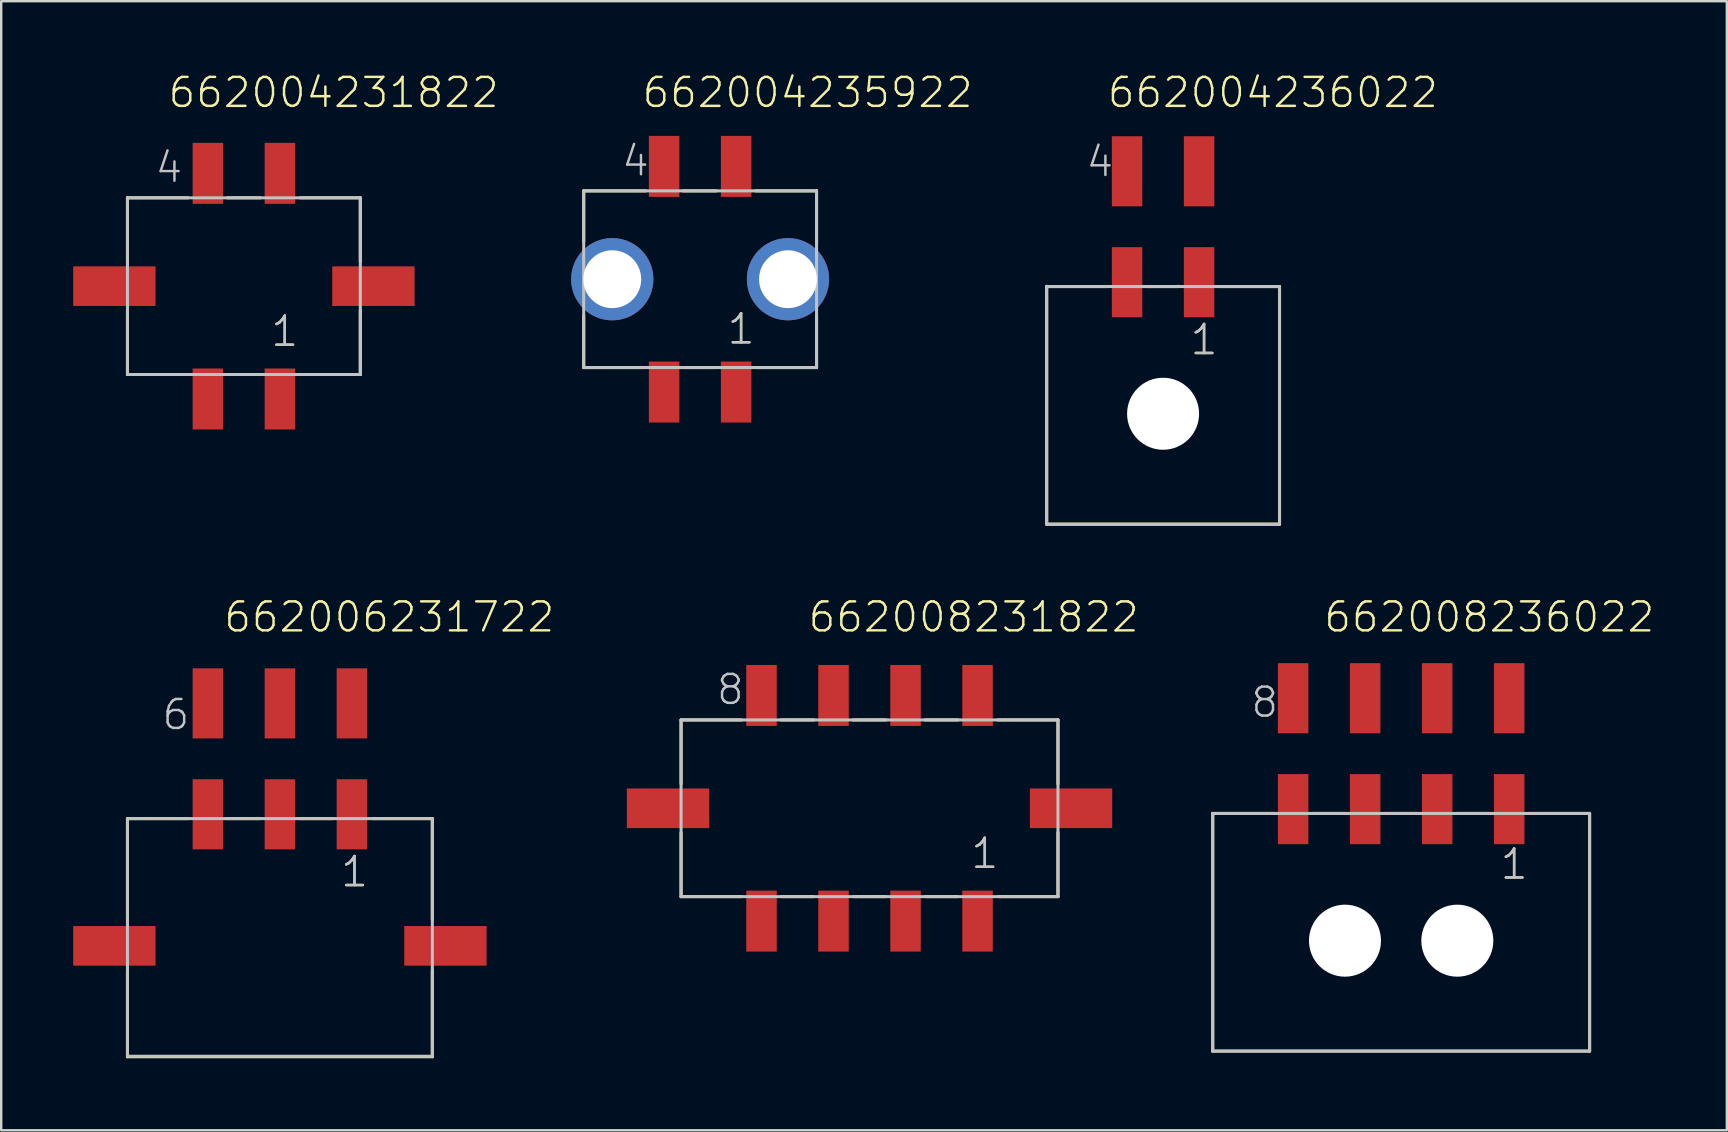
<source format=kicad_pcb>
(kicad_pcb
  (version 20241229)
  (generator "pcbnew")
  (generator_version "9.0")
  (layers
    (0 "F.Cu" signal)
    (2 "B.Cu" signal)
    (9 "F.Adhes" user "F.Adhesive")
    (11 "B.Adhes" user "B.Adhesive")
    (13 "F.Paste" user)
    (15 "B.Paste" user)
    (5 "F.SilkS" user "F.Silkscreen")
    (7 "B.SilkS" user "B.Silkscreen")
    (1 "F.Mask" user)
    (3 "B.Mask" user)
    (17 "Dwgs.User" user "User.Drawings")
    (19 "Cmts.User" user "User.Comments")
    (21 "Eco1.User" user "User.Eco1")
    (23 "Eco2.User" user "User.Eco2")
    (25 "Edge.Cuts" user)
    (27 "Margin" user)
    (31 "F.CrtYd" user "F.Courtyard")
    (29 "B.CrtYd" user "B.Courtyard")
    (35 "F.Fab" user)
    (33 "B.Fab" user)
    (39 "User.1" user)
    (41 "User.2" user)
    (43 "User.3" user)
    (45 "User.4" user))
  (footprint "662004235922"
    (layer "F.Cu")
    (at 26.115 8.581)
    (property "Reference" "662004235922" (at -2.48 -7.07 0) (layer "F.SilkS") (effects (font (size 1.206 1.206) (thickness 0.102)) (justify left bottom)))
    (attr through_hole)
    (fp_line (start -4.85 -3.68) (end -4.85 -1.58) (stroke (width 0.127) (type solid)) (layer "F.SilkS"))
    (fp_line (start -4.85 1.52) (end -4.85 3.68) (stroke (width 0.127) (type solid)) (layer "F.SilkS"))
    (fp_line (start -4.85 3.68) (end -2.35 3.68) (stroke (width 0.127) (type solid)) (layer "F.SilkS"))
    (fp_line (start -2.26 -3.68) (end -4.85 -3.68) (stroke (width 0.127) (type solid)) (layer "F.SilkS"))
    (fp_line (start -0.72 -3.68) (end 0.67 -3.68) (stroke (width 0.127) (type solid)) (layer "F.SilkS"))
    (fp_line (start -0.68 3.68) (end 0.62 3.68) (stroke (width 0.127) (type solid)) (layer "F.SilkS"))
    (fp_line (start 2.3 3.68) (end 4.85 3.68) (stroke (width 0.127) (type solid)) (layer "F.SilkS"))
    (fp_line (start 2.31 -3.68) (end 4.85 -3.68) (stroke (width 0.127) (type solid)) (layer "F.SilkS"))
    (fp_line (start 4.85 -3.68) (end 4.85 -1.52) (stroke (width 0.127) (type solid)) (layer "F.SilkS"))
    (fp_line (start 4.85 3.68) (end 4.85 1.56) (stroke (width 0.127) (type solid)) (layer "F.SilkS"))
    (fp_line (start -4.85 -3.68) (end 4.85 -3.68) (stroke (width 0.127) (type solid)) (layer "Dwgs.User"))
    (fp_line (start -4.85 3.68) (end -4.85 -3.68) (stroke (width 0.127) (type solid)) (layer "Dwgs.User"))
    (fp_line (start 4.85 -3.68) (end 4.85 3.68) (stroke (width 0.127) (type solid)) (layer "Dwgs.User"))
    (fp_line (start 4.85 3.68) (end -4.85 3.68) (stroke (width 0.127) (type solid)) (layer "Dwgs.User"))
    (fp_text user "1" (at 1.065 2.78 0) (layer "F.SilkS") (effects (font (size 1.206 1.206) (thickness 0.102)) (justify left bottom)))
    (fp_text user "1" (at 1.065 2.78 0) (layer "Dwgs.User") (effects (font (size 1.206 1.206) (thickness 0.102)) (justify left bottom)))
    (fp_text user "4" (at -3.335 -4.22 0) (layer "Dwgs.User") (effects (font (size 1.206 1.206) (thickness 0.102)) (justify left bottom)))
    (pad "1" smd rect (at 1.5 4.7 90) (size 2.54 1.27) (layers "F.Cu" "F.Mask" "F.Paste"))
    (pad "2" smd rect (at -1.5 4.7 90) (size 2.54 1.27) (layers "F.Cu" "F.Mask" "F.Paste"))
    (pad "3" smd rect (at 1.5 -4.7 90) (size 2.54 1.27) (layers "F.Cu" "F.Mask" "F.Paste"))
    (pad "4" smd rect (at -1.5 -4.7 90) (size 2.54 1.27) (layers "F.Cu" "F.Mask" "F.Paste"))
    (pad "Z1" thru_hole circle (at -3.66 0) (size 3.426 3.426) (drill 2.41) (layers "*.Cu" "*.Mask"))
    (pad "Z2" thru_hole circle (at 3.66 0) (size 3.426 3.426) (drill 2.41) (layers "*.Cu" "*.Mask")))
  (footprint "662008236022"
    (layer "F.Cu")
    (at 55.318 36.136)
    (property "Reference" "662008236022" (at -3.285 -12.775 0) (layer "F.SilkS") (effects (font (size 1.206 1.206) (thickness 0.102)) (justify left bottom)))
    (attr through_hole)
    (fp_line (start -7.85 -5.3) (end -7.85 4.6) (stroke (width 0.127) (type solid)) (layer "F.SilkS"))
    (fp_line (start -7.85 4.6) (end 7.85 4.6) (stroke (width 0.127) (type solid)) (layer "F.SilkS"))
    (fp_line (start -5.3 -5.3) (end -7.85 -5.3) (stroke (width 0.127) (type solid)) (layer "F.SilkS"))
    (fp_line (start -3.72 -5.3) (end -2.35 -5.3) (stroke (width 0.127) (type solid)) (layer "F.SilkS"))
    (fp_line (start -0.67 -5.3) (end 0.64 -5.3) (stroke (width 0.127) (type solid)) (layer "F.SilkS"))
    (fp_line (start 2.32 -5.3) (end 3.63 -5.3) (stroke (width 0.127) (type solid)) (layer "F.SilkS"))
    (fp_line (start 5.33 -5.3) (end 7.84 -5.3) (stroke (width 0.127) (type solid)) (layer "F.SilkS"))
    (fp_line (start 7.85 4.6) (end 7.85 -5.3) (stroke (width 0.127) (type solid)) (layer "F.SilkS"))
    (fp_line (start -7.85 -5.3) (end 7.85 -5.3) (stroke (width 0.127) (type solid)) (layer "Dwgs.User"))
    (fp_line (start -7.85 4.6) (end -7.85 -5.3) (stroke (width 0.127) (type solid)) (layer "Dwgs.User"))
    (fp_line (start 7.85 -5.3) (end 7.85 4.6) (stroke (width 0.127) (type solid)) (layer "Dwgs.User"))
    (fp_line (start 7.85 4.6) (end -7.85 4.6) (stroke (width 0.127) (type solid)) (layer "Dwgs.User"))
    (fp_text user "1" (at 4.065 -2.48 0) (layer "F.SilkS") (effects (font (size 1.206 1.206) (thickness 0.102)) (justify left bottom)))
    (fp_text user "8" (at -6.325 -9.225 0) (layer "Dwgs.User") (effects (font (size 1.206 1.206) (thickness 0.102)) (justify left bottom)))
    (fp_text user "1" (at 4.065 -2.48 0) (layer "Dwgs.User") (effects (font (size 1.206 1.206) (thickness 0.102)) (justify left bottom)))
    (pad "" np_thru_hole circle (at -2.34 0) (size 3 3) (drill 3) (layers "*.Cu"))
    (pad "" np_thru_hole circle (at 2.34 0) (size 3 3) (drill 3) (layers "*.Cu"))
    (pad "1" smd rect (at 4.5 -5.48 90) (size 2.92 1.27) (layers "F.Cu" "F.Mask" "F.Paste"))
    (pad "2" smd rect (at 1.5 -5.48 90) (size 2.92 1.27) (layers "F.Cu" "F.Mask" "F.Paste"))
    (pad "3" smd rect (at -1.5 -5.48 90) (size 2.92 1.27) (layers "F.Cu" "F.Mask" "F.Paste"))
    (pad "4" smd rect (at -4.5 -5.48 90) (size 2.92 1.27) (layers "F.Cu" "F.Mask" "F.Paste"))
    (pad "5" smd rect (at 4.5 -10.1 90) (size 2.92 1.27) (layers "F.Cu" "F.Mask" "F.Paste"))
    (pad "6" smd rect (at 1.5 -10.1 90) (size 2.92 1.27) (layers "F.Cu" "F.Mask" "F.Paste"))
    (pad "7" smd rect (at -1.5 -10.1 90) (size 2.92 1.27) (layers "F.Cu" "F.Mask" "F.Paste"))
    (pad "8" smd rect (at -4.5 -10.1 90) (size 2.92 1.27) (layers "F.Cu" "F.Mask" "F.Paste")))
  (footprint "662006231722"
    (layer "F.Cu")
    (at 8.61 36.351)
    (property "Reference" "662006231722" (at -2.4 -12.99 0) (layer "F.SilkS") (effects (font (size 1.206 1.206) (thickness 0.102)) (justify left bottom)))
    (attr through_hole)
    (fp_line (start -6.35 -5.3) (end -6.35 -1.08) (stroke (width 0.127) (type solid)) (layer "F.SilkS"))
    (fp_line (start -6.35 1.06) (end -6.35 4.62) (stroke (width 0.127) (type solid)) (layer "F.SilkS"))
    (fp_line (start -6.35 4.62) (end 6.35 4.62) (stroke (width 0.127) (type solid)) (layer "F.SilkS"))
    (fp_line (start -3.82 -5.3) (end -6.35 -5.3) (stroke (width 0.127) (type solid)) (layer "F.SilkS"))
    (fp_line (start -2.23 -5.3) (end -0.83 -5.3) (stroke (width 0.127) (type solid)) (layer "F.SilkS"))
    (fp_line (start 0.8 -5.3) (end 2.19 -5.3) (stroke (width 0.127) (type solid)) (layer "F.SilkS"))
    (fp_line (start 3.85 -5.3) (end 6.35 -5.3) (stroke (width 0.127) (type solid)) (layer "F.SilkS"))
    (fp_line (start 6.35 -5.3) (end 6.35 -1.1) (stroke (width 0.127) (type solid)) (layer "F.SilkS"))
    (fp_line (start 6.35 4.62) (end 6.35 1.02) (stroke (width 0.127) (type solid)) (layer "F.SilkS"))
    (fp_line (start -6.35 -5.3) (end 6.35 -5.3) (stroke (width 0.127) (type solid)) (layer "Dwgs.User"))
    (fp_line (start -6.35 4.6) (end -6.35 -5.3) (stroke (width 0.127) (type solid)) (layer "Dwgs.User"))
    (fp_line (start 6.35 -5.3) (end 6.35 4.6) (stroke (width 0.127) (type solid)) (layer "Dwgs.User"))
    (fp_line (start 6.35 4.6) (end -6.35 4.6) (stroke (width 0.127) (type solid)) (layer "Dwgs.User"))
    (fp_text user "1" (at 2.465 -2.38 0) (layer "F.SilkS") (effects (font (size 1.206 1.206) (thickness 0.102)) (justify left bottom)))
    (fp_text user "1" (at 2.465 -2.38 0) (layer "Dwgs.User") (effects (font (size 1.206 1.206) (thickness 0.102)) (justify left bottom)))
    (fp_text user "6" (at -4.975 -8.925 0) (layer "Dwgs.User") (effects (font (size 1.206 1.206) (thickness 0.102)) (justify left bottom)))
    (pad "1" smd rect (at 3 -5.48 90) (size 2.92 1.27) (layers "F.Cu" "F.Mask" "F.Paste"))
    (pad "2" smd rect (at 0 -5.48 90) (size 2.92 1.27) (layers "F.Cu" "F.Mask" "F.Paste"))
    (pad "3" smd rect (at -3 -5.48 90) (size 2.92 1.27) (layers "F.Cu" "F.Mask" "F.Paste"))
    (pad "4" smd rect (at 3 -10.1 90) (size 2.92 1.27) (layers "F.Cu" "F.Mask" "F.Paste"))
    (pad "5" smd rect (at 0 -10.1 90) (size 2.92 1.27) (layers "F.Cu" "F.Mask" "F.Paste"))
    (pad "6" smd rect (at -3 -10.1 90) (size 2.92 1.27) (layers "F.Cu" "F.Mask" "F.Paste"))
    (pad "M1" smd rect (at 6.895 0) (size 3.43 1.65) (layers "F.Cu" "F.Mask" "F.Paste"))
    (pad "M2" smd rect (at -6.895 0) (size 3.43 1.65) (layers "F.Cu" "F.Mask" "F.Paste")))
  (footprint "662008231822"
    (layer "F.Cu")
    (at 33.172 30.621)
    (property "Reference" "662008231822" (at -2.62 -7.26 0) (layer "F.SilkS") (effects (font (size 1.206 1.206) (thickness 0.102)) (justify left bottom)))
    (attr through_hole)
    (fp_line (start -7.85 -3.68) (end -7.85 -1.02) (stroke (width 0.127) (type solid)) (layer "F.SilkS"))
    (fp_line (start -7.85 1.01) (end -7.85 3.68) (stroke (width 0.127) (type solid)) (layer "F.SilkS"))
    (fp_line (start -5.33 -3.68) (end -7.85 -3.68) (stroke (width 0.127) (type solid)) (layer "F.SilkS"))
    (fp_line (start -5.33 3.68) (end -7.85 3.68) (stroke (width 0.127) (type solid)) (layer "F.SilkS"))
    (fp_line (start -3.69 -3.68) (end -2.31 -3.68) (stroke (width 0.127) (type solid)) (layer "F.SilkS"))
    (fp_line (start -3.66 3.68) (end -2.33 3.68) (stroke (width 0.127) (type solid)) (layer "F.SilkS"))
    (fp_line (start -0.69 -3.68) (end 0.69 -3.68) (stroke (width 0.127) (type solid)) (layer "F.SilkS"))
    (fp_line (start -0.66 3.68) (end 0.67 3.68) (stroke (width 0.127) (type solid)) (layer "F.SilkS"))
    (fp_line (start 2.31 -3.68) (end 3.69 -3.68) (stroke (width 0.127) (type solid)) (layer "F.SilkS"))
    (fp_line (start 2.34 3.68) (end 3.67 3.68) (stroke (width 0.127) (type solid)) (layer "F.SilkS"))
    (fp_line (start 5.34 -3.68) (end 7.85 -3.68) (stroke (width 0.127) (type solid)) (layer "F.SilkS"))
    (fp_line (start 7.85 -3.68) (end 7.85 -1.02) (stroke (width 0.127) (type solid)) (layer "F.SilkS"))
    (fp_line (start 7.85 1.01) (end 7.85 3.68) (stroke (width 0.127) (type solid)) (layer "F.SilkS"))
    (fp_line (start 7.85 3.68) (end 5.38 3.68) (stroke (width 0.127) (type solid)) (layer "F.SilkS"))
    (fp_line (start -7.85 -3.68) (end 7.85 -3.68) (stroke (width 0.127) (type solid)) (layer "Dwgs.User"))
    (fp_line (start -7.85 3.68) (end -7.85 -3.68) (stroke (width 0.127) (type solid)) (layer "Dwgs.User"))
    (fp_line (start 7.85 -3.68) (end 7.85 3.68) (stroke (width 0.127) (type solid)) (layer "Dwgs.User"))
    (fp_line (start 7.85 3.68) (end -7.85 3.68) (stroke (width 0.127) (type solid)) (layer "Dwgs.User"))
    (fp_text user "1" (at 4.16 2.59 0) (layer "F.SilkS") (effects (font (size 1.206 1.206) (thickness 0.102)) (justify left bottom)))
    (fp_text user "8" (at -6.44 -4.24 0) (layer "Dwgs.User") (effects (font (size 1.206 1.206) (thickness 0.102)) (justify left bottom)))
    (fp_text user "1" (at 4.16 2.59 0) (layer "Dwgs.User") (effects (font (size 1.206 1.206) (thickness 0.102)) (justify left bottom)))
    (pad "1" smd rect (at 4.5 4.7 90) (size 2.54 1.27) (layers "F.Cu" "F.Mask" "F.Paste"))
    (pad "2" smd rect (at 1.5 4.7 90) (size 2.54 1.27) (layers "F.Cu" "F.Mask" "F.Paste"))
    (pad "3" smd rect (at -1.5 4.7 90) (size 2.54 1.27) (layers "F.Cu" "F.Mask" "F.Paste"))
    (pad "4" smd rect (at -4.5 4.7 90) (size 2.54 1.27) (layers "F.Cu" "F.Mask" "F.Paste"))
    (pad "5" smd rect (at 4.5 -4.7 90) (size 2.54 1.27) (layers "F.Cu" "F.Mask" "F.Paste"))
    (pad "6" smd rect (at 1.5 -4.7 90) (size 2.54 1.27) (layers "F.Cu" "F.Mask" "F.Paste"))
    (pad "7" smd rect (at -1.5 -4.7 90) (size 2.54 1.27) (layers "F.Cu" "F.Mask" "F.Paste"))
    (pad "8" smd rect (at -4.5 -4.7 90) (size 2.54 1.27) (layers "F.Cu" "F.Mask" "F.Paste"))
    (pad "M1" smd rect (at 8.395 0 180) (size 3.43 1.65) (layers "F.Cu" "F.Mask" "F.Paste"))
    (pad "M2" smd rect (at -8.395 0 180) (size 3.43 1.65) (layers "F.Cu" "F.Mask" "F.Paste")))
  (footprint "662004236022"
    (layer "F.Cu")
    (at 45.401 14.186)
    (property "Reference" "662004236022" (at -2.385 -12.675 0) (layer "F.SilkS") (effects (font (size 1.206 1.206) (thickness 0.102)) (justify left bottom)))
    (attr through_hole)
    (fp_line (start -4.85 -5.3) (end -4.85 4.6) (stroke (width 0.127) (type solid)) (layer "F.SilkS"))
    (fp_line (start -4.85 4.6) (end 4.85 4.6) (stroke (width 0.127) (type solid)) (layer "F.SilkS"))
    (fp_line (start -4.84 -5.3) (end -4.84 -5.31) (stroke (width 0.127) (type solid)) (layer "F.SilkS"))
    (fp_line (start -2.3 -5.3) (end -4.84 -5.3) (stroke (width 0.127) (type solid)) (layer "F.SilkS"))
    (fp_line (start -0.71 -5.3) (end 0.63 -5.3) (stroke (width 0.127) (type solid)) (layer "F.SilkS"))
    (fp_line (start 0.63 -5.3) (end 0.63 -5.31) (stroke (width 0.127) (type solid)) (layer "F.SilkS"))
    (fp_line (start 2.32 -5.3) (end 4.84 -5.3) (stroke (width 0.127) (type solid)) (layer "F.SilkS"))
    (fp_line (start 4.84 -5.3) (end 4.84 -5.29) (stroke (width 0.127) (type solid)) (layer "F.SilkS"))
    (fp_line (start 4.85 4.6) (end 4.85 -5.3) (stroke (width 0.127) (type solid)) (layer "F.SilkS"))
    (fp_line (start -4.85 -5.3) (end 4.85 -5.3) (stroke (width 0.127) (type solid)) (layer "Dwgs.User"))
    (fp_line (start -4.85 4.6) (end -4.85 -5.3) (stroke (width 0.127) (type solid)) (layer "Dwgs.User"))
    (fp_line (start 4.85 -5.3) (end 4.85 4.6) (stroke (width 0.127) (type solid)) (layer "Dwgs.User"))
    (fp_line (start 4.85 4.6) (end -4.85 4.6) (stroke (width 0.127) (type solid)) (layer "Dwgs.User"))
    (fp_text user "1" (at 1.065 -2.38 0) (layer "F.SilkS") (effects (font (size 1.206 1.206) (thickness 0.102)) (justify left bottom)))
    (fp_text user "1" (at 1.065 -2.38 0) (layer "Dwgs.User") (effects (font (size 1.206 1.206) (thickness 0.102)) (justify left bottom)))
    (fp_text user "4" (at -3.275 -9.795 0) (layer "Dwgs.User") (effects (font (size 1.206 1.206) (thickness 0.102)) (justify left bottom)))
    (pad "" np_thru_hole circle (at 0 0) (size 3 3) (drill 3) (layers "*.Cu"))
    (pad "1" smd rect (at 1.5 -5.48 90) (size 2.92 1.27) (layers "F.Cu" "F.Mask" "F.Paste"))
    (pad "2" smd rect (at -1.5 -5.48 90) (size 2.92 1.27) (layers "F.Cu" "F.Mask" "F.Paste"))
    (pad "3" smd rect (at 1.5 -10.1 90) (size 2.92 1.27) (layers "F.Cu" "F.Mask" "F.Paste"))
    (pad "4" smd rect (at -1.5 -10.1 90) (size 2.92 1.27) (layers "F.Cu" "F.Mask" "F.Paste")))
  (footprint "662004231822"
    (layer "F.Cu")
    (at 7.11 8.871)
    (property "Reference" "662004231822" (at -3.22 -7.36 0) (layer "F.SilkS") (effects (font (size 1.206 1.206) (thickness 0.102)) (justify left bottom)))
    (attr through_hole)
    (fp_line (start -4.85 -3.68) (end -4.85 -1.02) (stroke (width 0.127) (type solid)) (layer "F.SilkS"))
    (fp_line (start -4.85 1.01) (end -4.85 3.68) (stroke (width 0.127) (type solid)) (layer "F.SilkS"))
    (fp_line (start -4.85 3.68) (end -2.35 3.68) (stroke (width 0.127) (type solid)) (layer "F.SilkS"))
    (fp_line (start -2.33 -3.68) (end -4.85 -3.68) (stroke (width 0.127) (type solid)) (layer "F.SilkS"))
    (fp_line (start -0.69 -3.68) (end 0.69 -3.68) (stroke (width 0.127) (type solid)) (layer "F.SilkS"))
    (fp_line (start -0.66 3.68) (end 0.67 3.68) (stroke (width 0.127) (type solid)) (layer "F.SilkS"))
    (fp_line (start 2.34 -3.68) (end 4.85 -3.68) (stroke (width 0.127) (type solid)) (layer "F.SilkS"))
    (fp_line (start 4.85 -3.68) (end 4.85 -1.02) (stroke (width 0.127) (type solid)) (layer "F.SilkS"))
    (fp_line (start 4.85 1.01) (end 4.85 3.68) (stroke (width 0.127) (type solid)) (layer "F.SilkS"))
    (fp_line (start 4.85 3.68) (end 2.38 3.68) (stroke (width 0.127) (type solid)) (layer "F.SilkS"))
    (fp_line (start -4.85 -3.68) (end 4.85 -3.68) (stroke (width 0.127) (type solid)) (layer "Dwgs.User"))
    (fp_line (start -4.85 3.68) (end -4.85 -3.68) (stroke (width 0.127) (type solid)) (layer "Dwgs.User"))
    (fp_line (start 4.85 -3.68) (end 4.85 3.68) (stroke (width 0.127) (type solid)) (layer "Dwgs.User"))
    (fp_line (start 4.85 3.68) (end -4.85 3.68) (stroke (width 0.127) (type solid)) (layer "Dwgs.User"))
    (fp_text user "1" (at 1.06 2.59 0) (layer "F.SilkS") (effects (font (size 1.206 1.206) (thickness 0.102)) (justify left bottom)))
    (fp_text user "4" (at -3.765 -4.24 0) (layer "Dwgs.User") (effects (font (size 1.206 1.206) (thickness 0.102)) (justify left bottom)))
    (fp_text user "1" (at 1.06 2.59 0) (layer "Dwgs.User") (effects (font (size 1.206 1.206) (thickness 0.102)) (justify left bottom)))
    (pad "1" smd rect (at 1.5 4.7 90) (size 2.54 1.27) (layers "F.Cu" "F.Mask" "F.Paste"))
    (pad "2" smd rect (at -1.5 4.7 90) (size 2.54 1.27) (layers "F.Cu" "F.Mask" "F.Paste"))
    (pad "3" smd rect (at 1.5 -4.7 90) (size 2.54 1.27) (layers "F.Cu" "F.Mask" "F.Paste"))
    (pad "4" smd rect (at -1.5 -4.7 90) (size 2.54 1.27) (layers "F.Cu" "F.Mask" "F.Paste"))
    (pad "M1" smd rect (at 5.395 0 180) (size 3.43 1.65) (layers "F.Cu" "F.Mask" "F.Paste"))
    (pad "M2" smd rect (at -5.395 0 180) (size 3.43 1.65) (layers "F.Cu" "F.Mask" "F.Paste")))
  (gr_rect
    (start -3 -3)
    (end 68.885 44.035)
    (stroke (width 0.1) (type default))
    (fill no)
    (layer "Edge.Cuts")))
</source>
